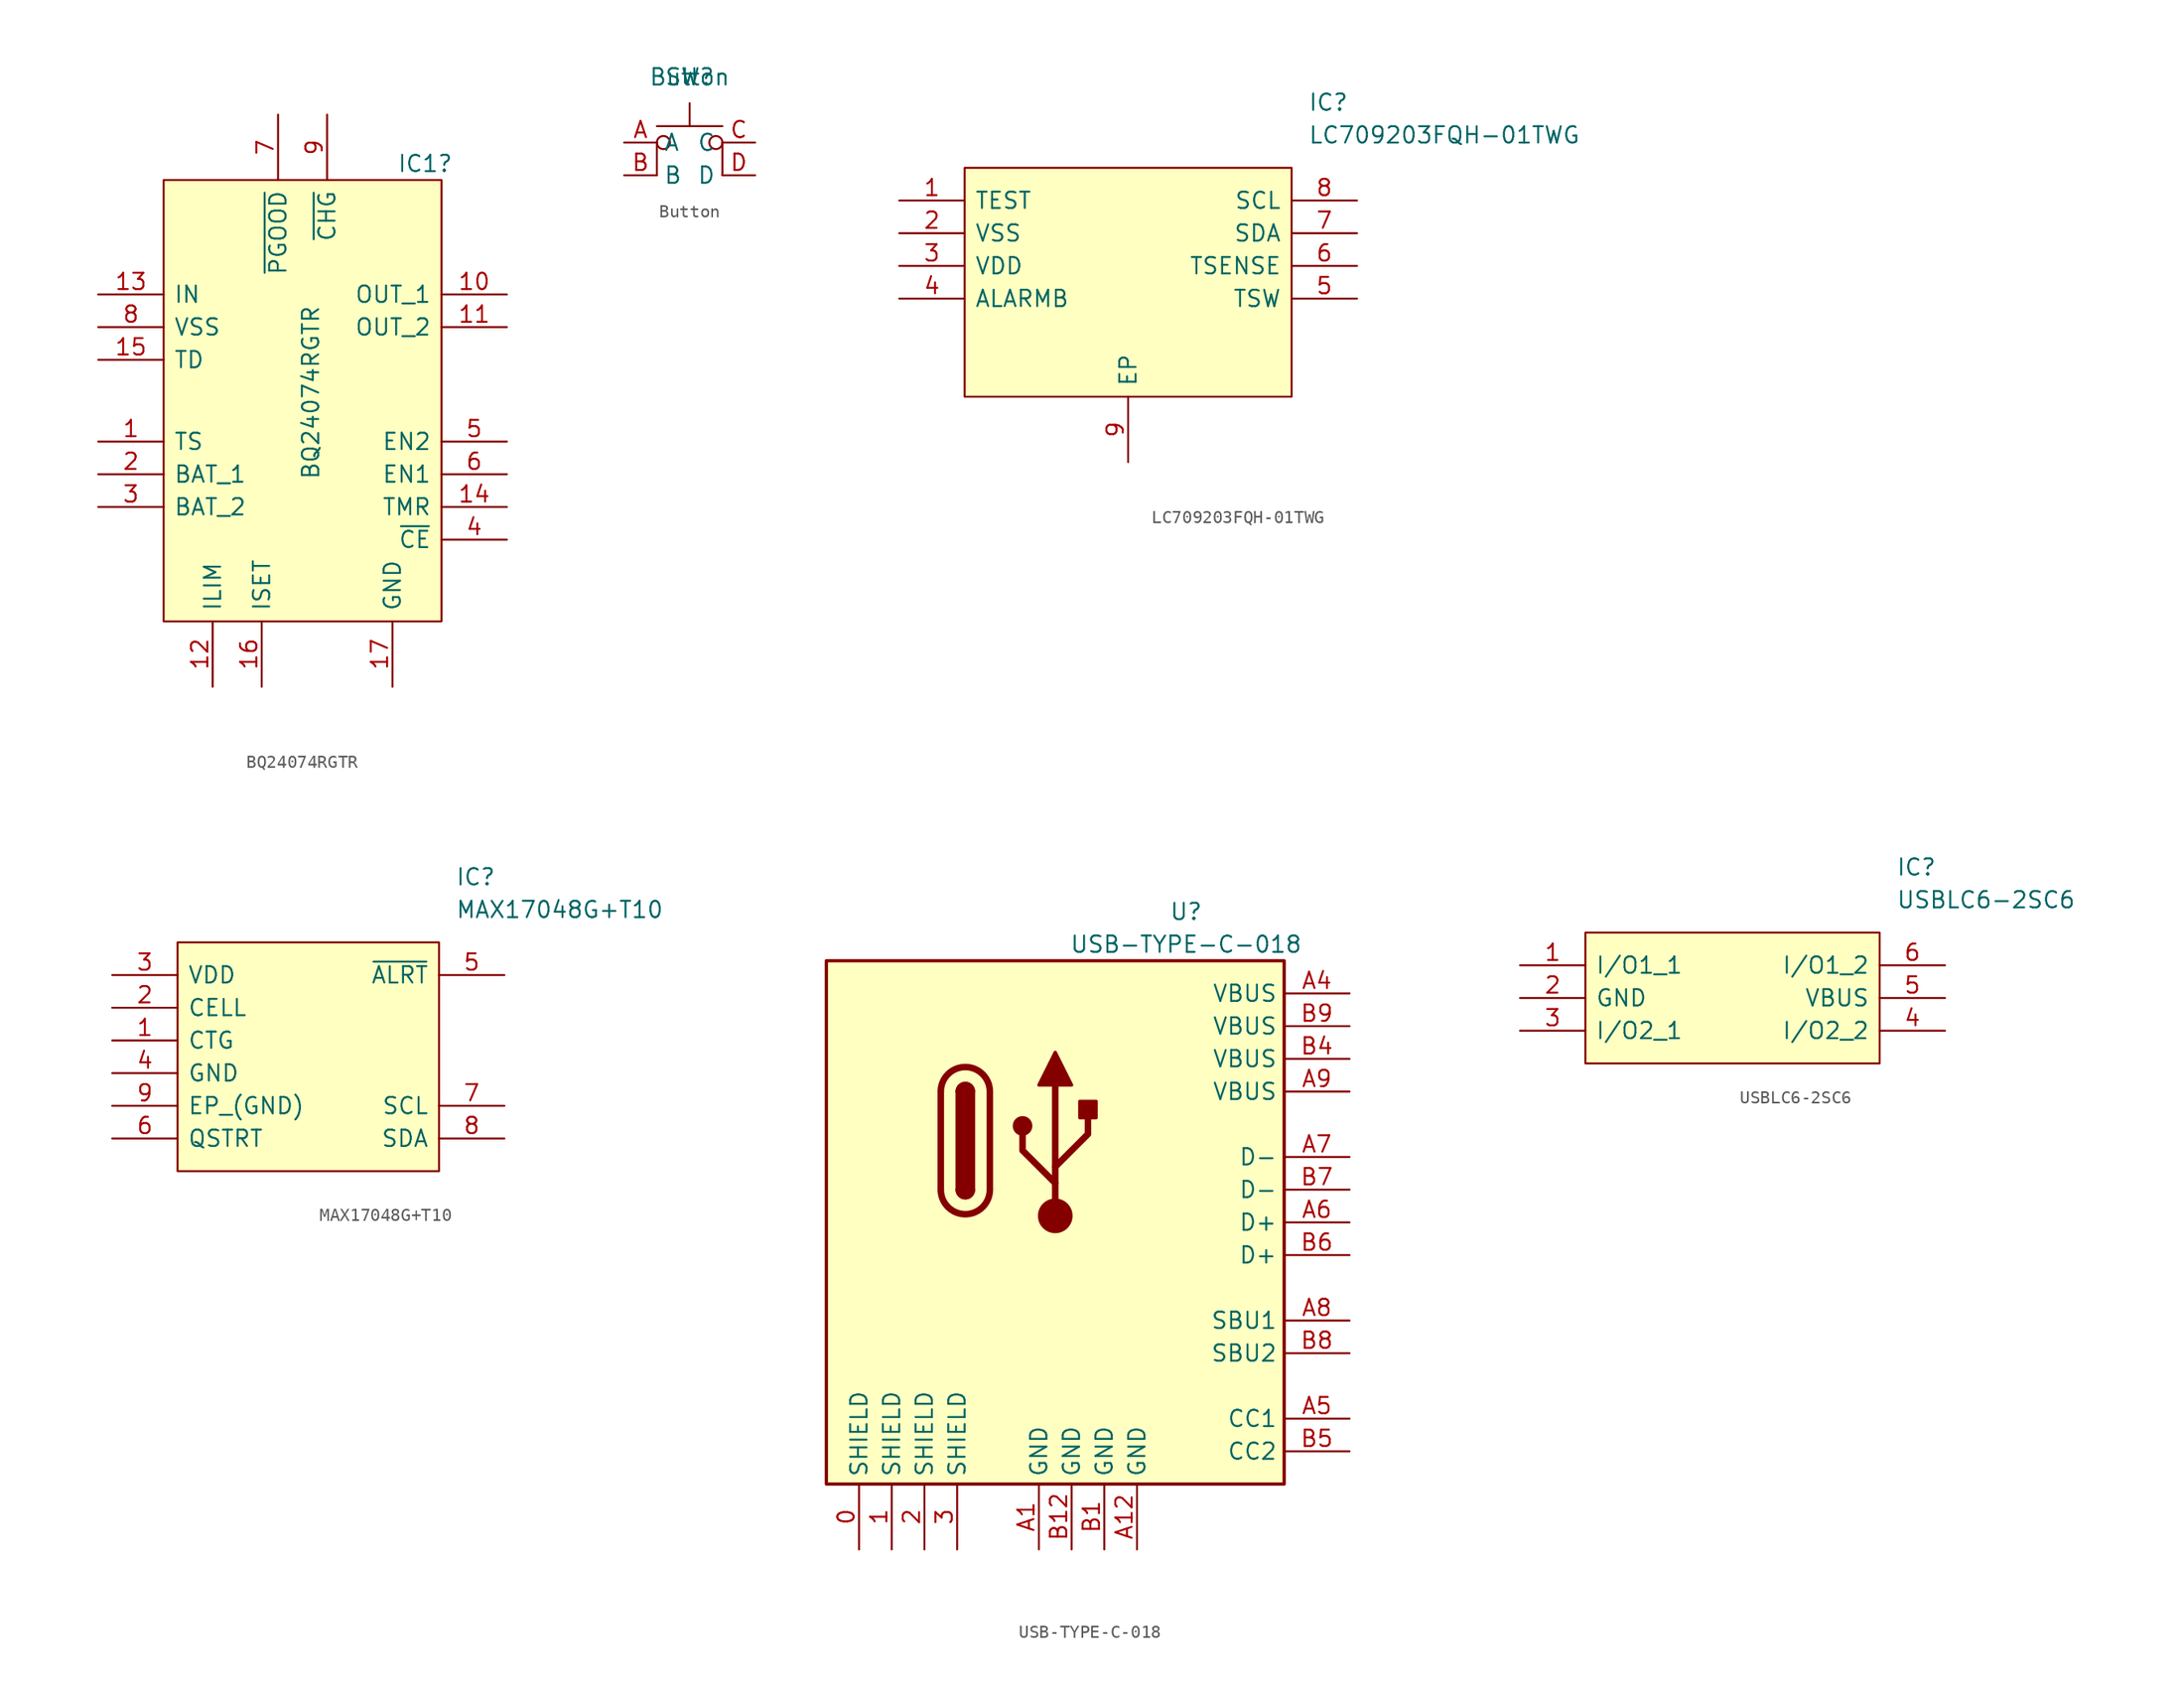
<source format=kicad_sym>
(kicad_symbol_lib
  (version 20211014)
  (generator kicad_symbol_editor)
  (symbol "BQ24074RGTR"
    (pin_names
      (offset 0.762))
    (property "Reference" "IC1"
      (at 24.13 11.43 0)
      (effects (font (size 1.27 1.27))))
    (property "Value" "BQ24074RGTR"
      (at 15.24 -6.35 90)
      (effects (font (size 1.27 1.27))))
    (symbol "BQ24074RGTR_0_0"
      (pin passive line (at -1.27 -10.16 0) (length 5.08) (name "TS" (effects (font (size 1.27 1.27)))) (number "1" (effects (font (size 1.27 1.27)))))
      (pin passive line (at 30.48 1.27 180) (length 5.08) (name "OUT_1" (effects (font (size 1.27 1.27)))) (number "10" (effects (font (size 1.27 1.27)))))
      (pin passive line (at 30.48 -1.27 180) (length 5.08) (name "OUT_2" (effects (font (size 1.27 1.27)))) (number "11" (effects (font (size 1.27 1.27)))))
      (pin passive line (at 7.62 -29.21 90) (length 5.08) (name "ILIM" (effects (font (size 1.27 1.27)))) (number "12" (effects (font (size 1.27 1.27)))))
      (pin passive line (at -1.27 1.27 0) (length 5.08) (name "IN" (effects (font (size 1.27 1.27)))) (number "13" (effects (font (size 1.27 1.27)))))
      (pin passive line (at 30.48 -15.24 180) (length 5.08) (name "TMR" (effects (font (size 1.27 1.27)))) (number "14" (effects (font (size 1.27 1.27)))))
      (pin passive line (at -1.27 -3.81 0) (length 5.08) (name "TD" (effects (font (size 1.27 1.27)))) (number "15" (effects (font (size 1.27 1.27)))))
      (pin passive line (at 11.43 -29.21 90) (length 5.08) (name "ISET" (effects (font (size 1.27 1.27)))) (number "16" (effects (font (size 1.27 1.27)))))
      (pin passive line (at 21.59 -29.21 90) (length 5.08) (name "GND" (effects (font (size 1.27 1.27)))) (number "17" (effects (font (size 1.27 1.27)))))
      (pin passive line (at -1.27 -12.7 0) (length 5.08) (name "BAT_1" (effects (font (size 1.27 1.27)))) (number "2" (effects (font (size 1.27 1.27)))))
      (pin passive line (at -1.27 -15.24 0) (length 5.08) (name "BAT_2" (effects (font (size 1.27 1.27)))) (number "3" (effects (font (size 1.27 1.27)))))
      (pin passive line (at 30.48 -17.78 180) (length 5.08) (name "~{CE}" (effects (font (size 1.27 1.27)))) (number "4" (effects (font (size 1.27 1.27)))))
      (pin passive line (at 30.48 -10.16 180) (length 5.08) (name "EN2" (effects (font (size 1.27 1.27)))) (number "5" (effects (font (size 1.27 1.27)))))
      (pin passive line (at 30.48 -12.7 180) (length 5.08) (name "EN1" (effects (font (size 1.27 1.27)))) (number "6" (effects (font (size 1.27 1.27)))))
      (pin passive line (at 12.7 15.24 270) (length 5.08) (name "~{PGOOD}" (effects (font (size 1.27 1.27)))) (number "7" (effects (font (size 1.27 1.27)))))
      (pin passive line (at -1.27 -1.27 0) (length 5.08) (name "VSS" (effects (font (size 1.27 1.27)))) (number "8" (effects (font (size 1.27 1.27)))))
      (pin passive line (at 16.51 15.24 270) (length 5.08) (name "~{CHG}" (effects (font (size 1.27 1.27)))) (number "9" (effects (font (size 1.27 1.27))))))
    (symbol "BQ24074RGTR_0_1"
      (polyline (pts (xy 3.81 10.16) (xy 25.4 10.16) (xy 25.4 -24.13) (xy 3.81 -24.13) (xy 3.81 10.16)) (stroke (width 0.152) (type default) (color 0 0 0 0)) (fill (type background)))))
  (symbol "Button"
    (property "Reference" "SW"
      (at 0 0 0)
      (effects (font (size 1.27 1.27))))
    (property "Value" "Button"
      (at 0 0 0)
      (effects (font (size 1.27 1.27))))
    (symbol "Button_0_1"
      (circle (center -2.032 -5.08) (radius 0.508) (stroke (width 0) (type default) (color 0 0 0 0)) (fill (type none)))
      (polyline (pts (xy -2.54 -7.62) (xy -2.54 -5.08)) (stroke (width 0) (type default) (color 0 0 0 0)) (fill (type none)))
      (polyline (pts (xy 0 -3.81) (xy 0 -2.032)) (stroke (width 0) (type default) (color 0 0 0 0)) (fill (type none)))
      (polyline (pts (xy 2.54 -5.08) (xy 2.54 -7.62)) (stroke (width 0) (type default) (color 0 0 0 0)) (fill (type none)))
      (polyline (pts (xy 2.54 -3.81) (xy -2.54 -3.81)) (stroke (width 0) (type default) (color 0 0 0 0)) (fill (type none)))
      (circle (center 2.032 -5.08) (radius 0.508) (stroke (width 0) (type default) (color 0 0 0 0)) (fill (type none)))
      (pin passive line (at -5.08 -5.08 0) (length 2.54) (name "A" (effects (font (size 1.27 1.27)))) (number "A" (effects (font (size 1.27 1.27)))))
      (pin passive line (at -5.08 -7.62 0) (length 2.54) (name "B" (effects (font (size 1.27 1.27)))) (number "B" (effects (font (size 1.27 1.27)))))
      (pin passive line (at 5.08 -5.08 180) (length 2.54) (name "C" (effects (font (size 1.27 1.27)))) (number "C" (effects (font (size 1.27 1.27)))))
      (pin passive line (at 5.08 -7.62 180) (length 2.54) (name "D" (effects (font (size 1.27 1.27)))) (number "D" (effects (font (size 1.27 1.27)))))))
  (symbol "LC709203FQH-01TWG"
    (pin_names
      (offset 0.762))
    (property "Reference" "IC"
      (at 31.75 7.62 0)
      (effects (font (size 1.27 1.27)) (justify left)))
    (property "Value" "LC709203FQH-01TWG"
      (at 31.75 5.08 0)
      (effects (font (size 1.27 1.27)) (justify left)))
    (symbol "LC709203FQH-01TWG_0_0"
      (pin passive line (at 0 0 0) (length 5.08) (name "TEST" (effects (font (size 1.27 1.27)))) (number "1" (effects (font (size 1.27 1.27)))))
      (pin passive line (at 0 -2.54 0) (length 5.08) (name "VSS" (effects (font (size 1.27 1.27)))) (number "2" (effects (font (size 1.27 1.27)))))
      (pin passive line (at 0 -5.08 0) (length 5.08) (name "VDD" (effects (font (size 1.27 1.27)))) (number "3" (effects (font (size 1.27 1.27)))))
      (pin passive line (at 0 -7.62 0) (length 5.08) (name "ALARMB" (effects (font (size 1.27 1.27)))) (number "4" (effects (font (size 1.27 1.27)))))
      (pin passive line (at 35.56 -7.62 180) (length 5.08) (name "TSW" (effects (font (size 1.27 1.27)))) (number "5" (effects (font (size 1.27 1.27)))))
      (pin passive line (at 35.56 -5.08 180) (length 5.08) (name "TSENSE" (effects (font (size 1.27 1.27)))) (number "6" (effects (font (size 1.27 1.27)))))
      (pin passive line (at 35.56 -2.54 180) (length 5.08) (name "SDA" (effects (font (size 1.27 1.27)))) (number "7" (effects (font (size 1.27 1.27)))))
      (pin passive line (at 35.56 0 180) (length 5.08) (name "SCL" (effects (font (size 1.27 1.27)))) (number "8" (effects (font (size 1.27 1.27)))))
      (pin passive line (at 17.78 -20.32 90) (length 5.08) (name "EP" (effects (font (size 1.27 1.27)))) (number "9" (effects (font (size 1.27 1.27))))))
    (symbol "LC709203FQH-01TWG_0_1"
      (polyline (pts (xy 5.08 2.54) (xy 30.48 2.54) (xy 30.48 -15.24) (xy 5.08 -15.24) (xy 5.08 2.54)) (stroke (width 0.152) (type default) (color 0 0 0 0)) (fill (type background)))))
  (symbol "MAX17048G+T10"
    (pin_names
      (offset 0.762))
    (property "Reference" "IC"
      (at 26.67 7.62 0)
      (effects (font (size 1.27 1.27)) (justify left)))
    (property "Value" "MAX17048G+T10"
      (at 26.67 5.08 0)
      (effects (font (size 1.27 1.27)) (justify left)))
    (symbol "MAX17048G+T10_0_0"
      (pin passive line (at 0 -5.08 0) (length 5.08) (name "CTG" (effects (font (size 1.27 1.27)))) (number "1" (effects (font (size 1.27 1.27)))))
      (pin passive line (at 0 -2.54 0) (length 5.08) (name "CELL" (effects (font (size 1.27 1.27)))) (number "2" (effects (font (size 1.27 1.27)))))
      (pin passive line (at 0 0 0) (length 5.08) (name "VDD" (effects (font (size 1.27 1.27)))) (number "3" (effects (font (size 1.27 1.27)))))
      (pin passive line (at 0 -7.62 0) (length 5.08) (name "GND" (effects (font (size 1.27 1.27)))) (number "4" (effects (font (size 1.27 1.27)))))
      (pin passive line (at 30.48 0 180) (length 5.08) (name "~{ALRT}" (effects (font (size 1.27 1.27)))) (number "5" (effects (font (size 1.27 1.27)))))
      (pin passive line (at 0 -12.7 0) (length 5.08) (name "QSTRT" (effects (font (size 1.27 1.27)))) (number "6" (effects (font (size 1.27 1.27)))))
      (pin passive line (at 30.48 -10.16 180) (length 5.08) (name "SCL" (effects (font (size 1.27 1.27)))) (number "7" (effects (font (size 1.27 1.27)))))
      (pin passive line (at 30.48 -12.7 180) (length 5.08) (name "SDA" (effects (font (size 1.27 1.27)))) (number "8" (effects (font (size 1.27 1.27)))))
      (pin passive line (at 0 -10.16 0) (length 5.08) (name "EP_(GND)" (effects (font (size 1.27 1.27)))) (number "9" (effects (font (size 1.27 1.27))))))
    (symbol "MAX17048G+T10_0_1"
      (polyline (pts (xy 5.08 2.54) (xy 25.4 2.54) (xy 25.4 -15.24) (xy 5.08 -15.24) (xy 5.08 2.54)) (stroke (width 0.152) (type default) (color 0 0 0 0)) (fill (type background)))))
  (symbol "USB-TYPE-C-018"
    (property "Reference" "U"
      (at 11.43 3.81 0)
      (effects (font (size 1.27 1.27))))
    (property "Value" "USB-TYPE-C-018"
      (at 11.43 1.27 0)
      (effects (font (size 1.27 1.27))))
    (symbol "USB-TYPE-C-018_0_1"
      (rectangle (start -16.51 0) (end 19.05 -40.64) (stroke (width 0.254) (type default) (color 0 0 0 0)) (fill (type background)))
      (arc (start -7.62 -17.78) (mid -5.715 -19.685) (end -3.81 -17.78) (stroke (width 0.508) (type default) (color 0 0 0 0)) (fill (type none)))
      (arc (start -6.35 -17.78) (mid -5.715 -18.415) (end -5.08 -17.78) (stroke (width 0.254) (type default) (color 0 0 0 0)) (fill (type none)))
      (arc (start -6.35 -17.78) (mid -5.715 -18.415) (end -5.08 -17.78) (stroke (width 0.254) (type default) (color 0 0 0 0)) (fill (type outline)))
      (rectangle (start -6.35 -17.78) (end -5.08 -10.16) (stroke (width 0.254) (type default) (color 0 0 0 0)) (fill (type outline)))
      (arc (start -5.08 -10.16) (mid -5.715 -9.525) (end -6.35 -10.16) (stroke (width 0.254) (type default) (color 0 0 0 0)) (fill (type none)))
      (arc (start -5.08 -10.16) (mid -5.715 -9.525) (end -6.35 -10.16) (stroke (width 0.254) (type default) (color 0 0 0 0)) (fill (type outline)))
      (arc (start -3.81 -10.16) (mid -5.715 -8.255) (end -7.62 -10.16) (stroke (width 0.508) (type default) (color 0 0 0 0)) (fill (type none)))
      (polyline (pts (xy -7.62 -17.78) (xy -7.62 -10.16)) (stroke (width 0.508) (type default) (color 0 0 0 0)) (fill (type none)))
      (polyline (pts (xy -3.81 -10.16) (xy -3.81 -17.78)) (stroke (width 0.508) (type default) (color 0 0 0 0)) (fill (type none))))
    (symbol "USB-TYPE-C-018_1_1"
      (circle (center -1.27 -12.827) (radius 0.635) (stroke (width 0.254) (type default) (color 0 0 0 0)) (fill (type outline)))
      (polyline (pts (xy 1.27 -19.812) (xy 1.27 -9.652)) (stroke (width 0.508) (type default) (color 0 0 0 0)) (fill (type none)))
      (polyline (pts (xy 1.27 -17.272) (xy -1.27 -14.732) (xy -1.27 -13.462)) (stroke (width 0.508) (type default) (color 0 0 0 0)) (fill (type none)))
      (polyline (pts (xy 1.27 -16.002) (xy 3.81 -13.462) (xy 3.81 -12.192)) (stroke (width 0.508) (type default) (color 0 0 0 0)) (fill (type none)))
      (polyline (pts (xy 0 -9.652) (xy 1.27 -7.112) (xy 2.54 -9.652) (xy 0 -9.652)) (stroke (width 0.254) (type default) (color 0 0 0 0)) (fill (type outline)))
      (circle (center 1.27 -19.812) (radius 1.27) (stroke (width 0) (type default) (color 0 0 0 0)) (fill (type outline)))
      (rectangle (start 3.175 -12.192) (end 4.445 -10.922) (stroke (width 0.254) (type default) (color 0 0 0 0)) (fill (type outline)))
      (pin passive line (at -13.97 -45.72 90) (length 5.08) (name "SHIELD" (effects (font (size 1.27 1.27)))) (number "0" (effects (font (size 1.27 1.27)))))
      (pin passive line (at -11.43 -45.72 90) (length 5.08) (name "SHIELD" (effects (font (size 1.27 1.27)))) (number "1" (effects (font (size 1.27 1.27)))))
      (pin passive line (at -8.89 -45.72 90) (length 5.08) (name "SHIELD" (effects (font (size 1.27 1.27)))) (number "2" (effects (font (size 1.27 1.27)))))
      (pin passive line (at -6.35 -45.72 90) (length 5.08) (name "SHIELD" (effects (font (size 1.27 1.27)))) (number "3" (effects (font (size 1.27 1.27)))))
      (pin passive line (at 0 -45.72 90) (length 5.08) (name "GND" (effects (font (size 1.27 1.27)))) (number "A1" (effects (font (size 1.27 1.27)))))
      (pin passive line (at 7.62 -45.72 90) (length 5.08) (name "GND" (effects (font (size 1.27 1.27)))) (number "A12" (effects (font (size 1.27 1.27)))))
      (pin passive line (at 24.13 -2.54 180) (length 5.08) (name "VBUS" (effects (font (size 1.27 1.27)))) (number "A4" (effects (font (size 1.27 1.27)))))
      (pin bidirectional line (at 24.13 -35.56 180) (length 5.08) (name "CC1" (effects (font (size 1.27 1.27)))) (number "A5" (effects (font (size 1.27 1.27)))))
      (pin bidirectional line (at 24.13 -20.32 180) (length 5.08) (name "D+" (effects (font (size 1.27 1.27)))) (number "A6" (effects (font (size 1.27 1.27)))))
      (pin bidirectional line (at 24.13 -15.24 180) (length 5.08) (name "D-" (effects (font (size 1.27 1.27)))) (number "A7" (effects (font (size 1.27 1.27)))))
      (pin bidirectional line (at 24.13 -27.94 180) (length 5.08) (name "SBU1" (effects (font (size 1.27 1.27)))) (number "A8" (effects (font (size 1.27 1.27)))))
      (pin passive line (at 24.13 -10.16 180) (length 5.08) (name "VBUS" (effects (font (size 1.27 1.27)))) (number "A9" (effects (font (size 1.27 1.27)))))
      (pin passive line (at 5.08 -45.72 90) (length 5.08) (name "GND" (effects (font (size 1.27 1.27)))) (number "B1" (effects (font (size 1.27 1.27)))))
      (pin passive line (at 2.54 -45.72 90) (length 5.08) (name "GND" (effects (font (size 1.27 1.27)))) (number "B12" (effects (font (size 1.27 1.27)))))
      (pin passive line (at 24.13 -7.62 180) (length 5.08) (name "VBUS" (effects (font (size 1.27 1.27)))) (number "B4" (effects (font (size 1.27 1.27)))))
      (pin bidirectional line (at 24.13 -38.1 180) (length 5.08) (name "CC2" (effects (font (size 1.27 1.27)))) (number "B5" (effects (font (size 1.27 1.27)))))
      (pin bidirectional line (at 24.13 -22.86 180) (length 5.08) (name "D+" (effects (font (size 1.27 1.27)))) (number "B6" (effects (font (size 1.27 1.27)))))
      (pin bidirectional line (at 24.13 -17.78 180) (length 5.08) (name "D-" (effects (font (size 1.27 1.27)))) (number "B7" (effects (font (size 1.27 1.27)))))
      (pin bidirectional line (at 24.13 -30.48 180) (length 5.08) (name "SBU2" (effects (font (size 1.27 1.27)))) (number "B8" (effects (font (size 1.27 1.27)))))
      (pin passive line (at 24.13 -5.08 180) (length 5.08) (name "VBUS" (effects (font (size 1.27 1.27)))) (number "B9" (effects (font (size 1.27 1.27)))))))
  (symbol "USBLC6-2SC6"
    (pin_names
      (offset 0.762))
    (property "Reference" "IC"
      (at 29.21 7.62 0)
      (effects (font (size 1.27 1.27)) (justify left)))
    (property "Value" "USBLC6-2SC6"
      (at 29.21 5.08 0)
      (effects (font (size 1.27 1.27)) (justify left)))
    (symbol "USBLC6-2SC6_0_0"
      (pin passive line (at 0 0 0) (length 5.08) (name "I/O1_1" (effects (font (size 1.27 1.27)))) (number "1" (effects (font (size 1.27 1.27)))))
      (pin passive line (at 0 -2.54 0) (length 5.08) (name "GND" (effects (font (size 1.27 1.27)))) (number "2" (effects (font (size 1.27 1.27)))))
      (pin passive line (at 0 -5.08 0) (length 5.08) (name "I/O2_1" (effects (font (size 1.27 1.27)))) (number "3" (effects (font (size 1.27 1.27)))))
      (pin passive line (at 33.02 -5.08 180) (length 5.08) (name "I/O2_2" (effects (font (size 1.27 1.27)))) (number "4" (effects (font (size 1.27 1.27)))))
      (pin passive line (at 33.02 -2.54 180) (length 5.08) (name "VBUS" (effects (font (size 1.27 1.27)))) (number "5" (effects (font (size 1.27 1.27)))))
      (pin passive line (at 33.02 0 180) (length 5.08) (name "I/O1_2" (effects (font (size 1.27 1.27)))) (number "6" (effects (font (size 1.27 1.27))))))
    (symbol "USBLC6-2SC6_0_1"
      (polyline (pts (xy 5.08 2.54) (xy 27.94 2.54) (xy 27.94 -7.62) (xy 5.08 -7.62) (xy 5.08 2.54)) (stroke (width 0.152) (type default) (color 0 0 0 0)) (fill (type background))))))
</source>
